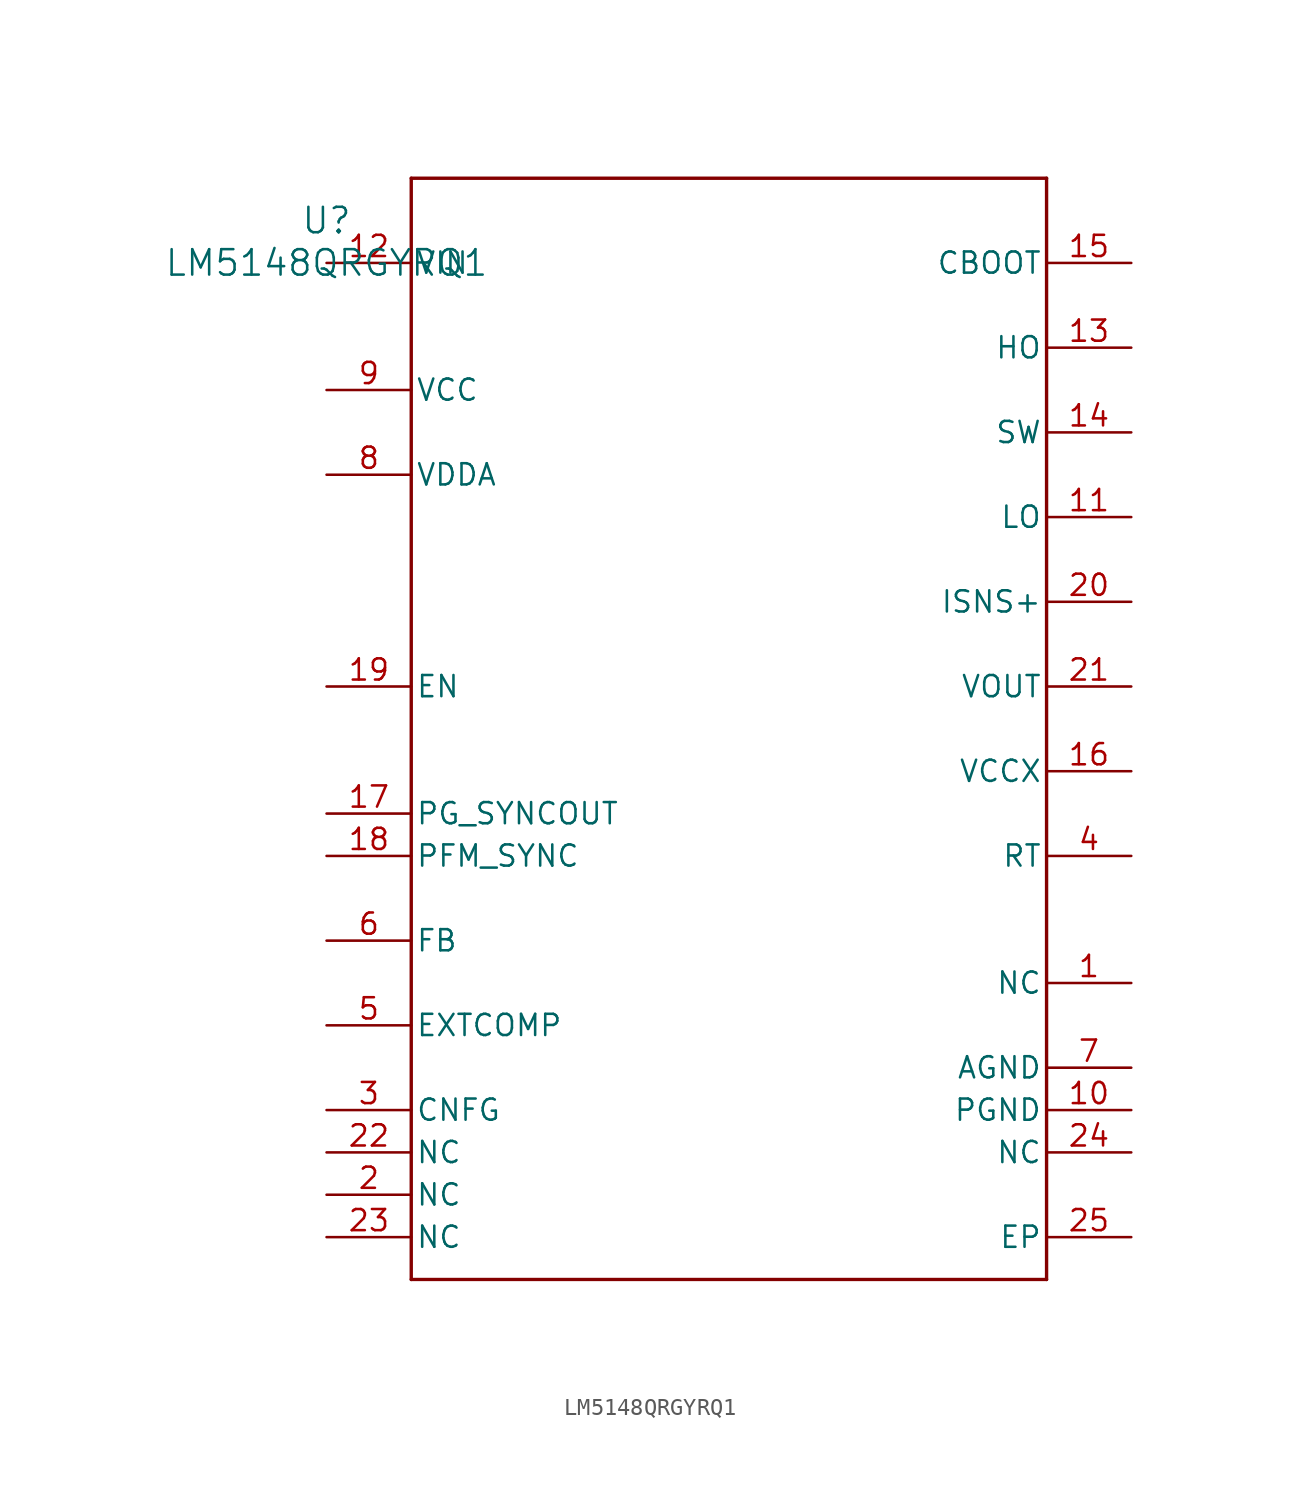
<source format=kicad_sym>
(kicad_symbol_lib
  (version 20211014)
  (generator kicad_symbol_editor)
  (symbol "LM5148QRGYRQ1"
    (pin_names
      (offset 0.254))
    (property "Reference" "U"
      (at 0 2.54 0)
      (effects (font (size 1.524 1.524))))
    (property "Value" "LM5148QRGYRQ1"
      (at 0 0 0)
      (effects (font (size 1.524 1.524))))
    (symbol "LM5148QRGYRQ1_0_1"
      (polyline (pts (xy 5.08 -60.96) (xy 43.18 -60.96)) (stroke (width 0.203) (type default) (color 0 0 0 0)) (fill (type none)))
      (polyline (pts (xy 43.18 -60.96) (xy 43.18 5.08)) (stroke (width 0.203) (type default) (color 0 0 0 0)) (fill (type none)))
      (polyline (pts (xy 43.18 5.08) (xy 5.08 5.08)) (stroke (width 0.203) (type default) (color 0 0 0 0)) (fill (type none)))
      (polyline (pts (xy 5.08 5.08) (xy 5.08 -60.96)) (stroke (width 0.203) (type default) (color 0 0 0 0)) (fill (type none)))
      (pin unspecified line (at 48.26 -43.18 180) (length 5.08) (name "NC" (effects (font (size 1.27 1.27)))) (number "1" (effects (font (size 1.27 1.27)))))
      (pin unspecified line (at 0 -55.88 0) (length 5.08) (name "NC" (effects (font (size 1.27 1.27)))) (number "2" (effects (font (size 1.27 1.27)))))
      (pin unspecified line (at 0 -50.8 0) (length 5.08) (name "CNFG" (effects (font (size 1.27 1.27)))) (number "3" (effects (font (size 1.27 1.27)))))
      (pin unspecified line (at 48.26 -35.56 180) (length 5.08) (name "RT" (effects (font (size 1.27 1.27)))) (number "4" (effects (font (size 1.27 1.27)))))
      (pin unspecified line (at 0 -45.72 0) (length 5.08) (name "EXTCOMP" (effects (font (size 1.27 1.27)))) (number "5" (effects (font (size 1.27 1.27)))))
      (pin unspecified line (at 0 -40.64 0) (length 5.08) (name "FB" (effects (font (size 1.27 1.27)))) (number "6" (effects (font (size 1.27 1.27)))))
      (pin power_in line (at 48.26 -48.26 180) (length 5.08) (name "AGND" (effects (font (size 1.27 1.27)))) (number "7" (effects (font (size 1.27 1.27)))))
      (pin unspecified line (at 0 -12.7 0) (length 5.08) (name "VDDA" (effects (font (size 1.27 1.27)))) (number "8" (effects (font (size 1.27 1.27)))))
      (pin power_in line (at 0 -7.62 0) (length 5.08) (name "VCC" (effects (font (size 1.27 1.27)))) (number "9" (effects (font (size 1.27 1.27)))))
      (pin power_in line (at 48.26 -50.8 180) (length 5.08) (name "PGND" (effects (font (size 1.27 1.27)))) (number "10" (effects (font (size 1.27 1.27)))))
      (pin unspecified line (at 48.26 -15.24 180) (length 5.08) (name "LO" (effects (font (size 1.27 1.27)))) (number "11" (effects (font (size 1.27 1.27)))))
      (pin power_in line (at 0 0 0) (length 5.08) (name "VIN" (effects (font (size 1.27 1.27)))) (number "12" (effects (font (size 1.27 1.27)))))
      (pin unspecified line (at 48.26 -5.08 180) (length 5.08) (name "HO" (effects (font (size 1.27 1.27)))) (number "13" (effects (font (size 1.27 1.27)))))
      (pin power_in line (at 48.26 -10.16 180) (length 5.08) (name "SW" (effects (font (size 1.27 1.27)))) (number "14" (effects (font (size 1.27 1.27)))))
      (pin power_in line (at 48.26 0 180) (length 5.08) (name "CBOOT" (effects (font (size 1.27 1.27)))) (number "15" (effects (font (size 1.27 1.27)))))
      (pin power_in line (at 48.26 -30.48 180) (length 5.08) (name "VCCX" (effects (font (size 1.27 1.27)))) (number "16" (effects (font (size 1.27 1.27)))))
      (pin open_collector line (at 0 -33.02 0) (length 5.08) (name "PG_SYNCOUT" (effects (font (size 1.27 1.27)))) (number "17" (effects (font (size 1.27 1.27)))))
      (pin input line (at 0 -35.56 0) (length 5.08) (name "PFM_SYNC" (effects (font (size 1.27 1.27)))) (number "18" (effects (font (size 1.27 1.27)))))
      (pin input line (at 0 -25.4 0) (length 5.08) (name "EN" (effects (font (size 1.27 1.27)))) (number "19" (effects (font (size 1.27 1.27)))))
      (pin unspecified line (at 48.26 -20.32 180) (length 5.08) (name "ISNS+" (effects (font (size 1.27 1.27)))) (number "20" (effects (font (size 1.27 1.27)))))
      (pin unspecified line (at 48.26 -25.4 180) (length 5.08) (name "VOUT" (effects (font (size 1.27 1.27)))) (number "21" (effects (font (size 1.27 1.27)))))
      (pin unspecified line (at 0 -53.34 0) (length 5.08) (name "NC" (effects (font (size 1.27 1.27)))) (number "22" (effects (font (size 1.27 1.27)))))
      (pin unspecified line (at 0 -58.42 0) (length 5.08) (name "NC" (effects (font (size 1.27 1.27)))) (number "23" (effects (font (size 1.27 1.27)))))
      (pin unspecified line (at 48.26 -53.34 180) (length 5.08) (name "NC" (effects (font (size 1.27 1.27)))) (number "24" (effects (font (size 1.27 1.27)))))
      (pin unspecified line (at 48.26 -58.42 180) (length 5.08) (name "EP" (effects (font (size 1.27 1.27)))) (number "25" (effects (font (size 1.27 1.27))))))))
</source>
